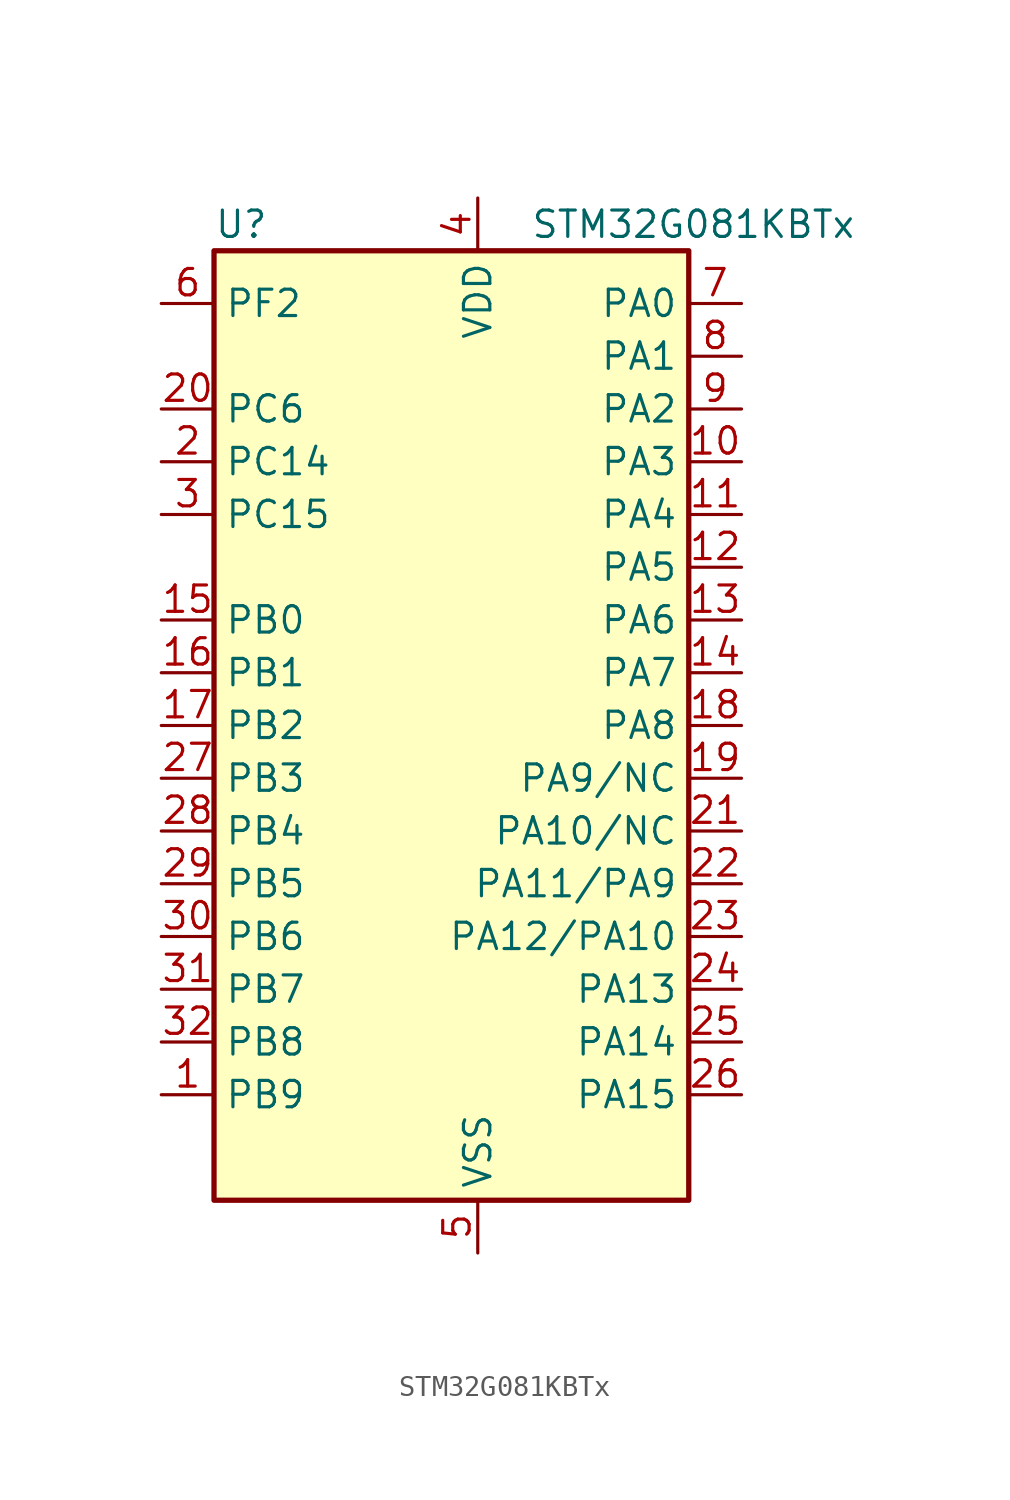
<source format=kicad_sym>
(kicad_symbol_lib
  (version 20220914)
  (generator kicad_symbol_editor)
  (symbol "STM32G081KBTx"
    (property "Reference" "U"
      (at -10.16 24.13 0)
      (effects (font (size 1.27 1.27)) (justify left)))
    (property "Value" "STM32G081KBTx"
      (at 5.08 24.13 0)
      (effects (font (size 1.27 1.27)) (justify left)))
    (property "ki_locked" ""
      (at 0 0 0)
      (effects (font (size 1.27 1.27))))
    (symbol "STM32G081KBTx_0_1"
      (rectangle (start -10.16 -22.86) (end 12.7 22.86) (stroke (width 0.254) (type default)) (fill (type background))))
    (symbol "STM32G081KBTx_1_1"
      (pin bidirectional line (at -12.7 -17.78 0) (length 2.54) (name "PB9" (effects (font (size 1.27 1.27)))) (number "1" (effects (font (size 1.27 1.27)))) (alternate "DAC1_EXTI9" bidirectional line) (alternate "I2C1_SDA" bidirectional line) (alternate "IR_OUT" bidirectional line) (alternate "SPI2_NSS" bidirectional line) (alternate "TIM17_CH1" bidirectional line) (alternate "USART3_RX" bidirectional line))
      (pin bidirectional line (at 15.24 12.7 180) (length 2.54) (name "PA3" (effects (font (size 1.27 1.27)))) (number "10" (effects (font (size 1.27 1.27)))) (alternate "ADC1_IN3" bidirectional line) (alternate "COMP2_INP" bidirectional line) (alternate "LPUART1_RX" bidirectional line) (alternate "SPI2_MISO" bidirectional line) (alternate "TIM15_CH2" bidirectional line) (alternate "TIM2_CH4" bidirectional line) (alternate "USART2_RX" bidirectional line))
      (pin bidirectional line (at 15.24 10.16 180) (length 2.54) (name "PA4" (effects (font (size 1.27 1.27)))) (number "11" (effects (font (size 1.27 1.27)))) (alternate "ADC1_IN4" bidirectional line) (alternate "DAC1_OUT1" bidirectional line) (alternate "I2S1_WS" bidirectional line) (alternate "LPTIM2_OUT" bidirectional line) (alternate "RTC_OUT_ALARM" bidirectional line) (alternate "RTC_OUT_CALIB" bidirectional line) (alternate "RTC_TAMP_IN1" bidirectional line) (alternate "RTC_TS" bidirectional line) (alternate "SPI1_NSS" bidirectional line) (alternate "SPI2_MOSI" bidirectional line) (alternate "SYS_WKUP2" bidirectional line) (alternate "TIM14_CH1" bidirectional line))
      (pin bidirectional line (at 15.24 7.62 180) (length 2.54) (name "PA5" (effects (font (size 1.27 1.27)))) (number "12" (effects (font (size 1.27 1.27)))) (alternate "ADC1_IN5" bidirectional line) (alternate "CEC" bidirectional line) (alternate "DAC1_OUT2" bidirectional line) (alternate "I2S1_CK" bidirectional line) (alternate "LPTIM2_ETR" bidirectional line) (alternate "SPI1_SCK" bidirectional line) (alternate "TIM2_CH1" bidirectional line) (alternate "TIM2_ETR" bidirectional line) (alternate "UCPD1_FRSTX1" bidirectional line) (alternate "UCPD1_FRSTX2" bidirectional line) (alternate "USART3_TX" bidirectional line))
      (pin bidirectional line (at 15.24 5.08 180) (length 2.54) (name "PA6" (effects (font (size 1.27 1.27)))) (number "13" (effects (font (size 1.27 1.27)))) (alternate "ADC1_IN6" bidirectional line) (alternate "COMP1_OUT" bidirectional line) (alternate "I2S1_MCK" bidirectional line) (alternate "LPUART1_CTS" bidirectional line) (alternate "SPI1_MISO" bidirectional line) (alternate "TIM16_CH1" bidirectional line) (alternate "TIM1_BK" bidirectional line) (alternate "TIM3_CH1" bidirectional line) (alternate "USART3_CTS" bidirectional line) (alternate "USART3_NSS" bidirectional line))
      (pin bidirectional line (at 15.24 2.54 180) (length 2.54) (name "PA7" (effects (font (size 1.27 1.27)))) (number "14" (effects (font (size 1.27 1.27)))) (alternate "ADC1_IN7" bidirectional line) (alternate "COMP2_OUT" bidirectional line) (alternate "I2S1_SD" bidirectional line) (alternate "SPI1_MOSI" bidirectional line) (alternate "TIM14_CH1" bidirectional line) (alternate "TIM17_CH1" bidirectional line) (alternate "TIM1_CH1N" bidirectional line) (alternate "TIM3_CH2" bidirectional line) (alternate "UCPD1_FRSTX1" bidirectional line) (alternate "UCPD1_FRSTX2" bidirectional line))
      (pin bidirectional line (at -12.7 5.08 0) (length 2.54) (name "PB0" (effects (font (size 1.27 1.27)))) (number "15" (effects (font (size 1.27 1.27)))) (alternate "ADC1_IN8" bidirectional line) (alternate "COMP1_OUT" bidirectional line) (alternate "I2S1_WS" bidirectional line) (alternate "LPTIM1_OUT" bidirectional line) (alternate "SPI1_NSS" bidirectional line) (alternate "TIM1_CH2N" bidirectional line) (alternate "TIM3_CH3" bidirectional line) (alternate "UCPD1_FRSTX1" bidirectional line) (alternate "UCPD1_FRSTX2" bidirectional line) (alternate "USART3_RX" bidirectional line))
      (pin bidirectional line (at -12.7 2.54 0) (length 2.54) (name "PB1" (effects (font (size 1.27 1.27)))) (number "16" (effects (font (size 1.27 1.27)))) (alternate "ADC1_IN9" bidirectional line) (alternate "COMP1_INM" bidirectional line) (alternate "LPTIM2_IN1" bidirectional line) (alternate "LPUART1_DE" bidirectional line) (alternate "LPUART1_RTS" bidirectional line) (alternate "TIM14_CH1" bidirectional line) (alternate "TIM1_CH3N" bidirectional line) (alternate "TIM3_CH4" bidirectional line) (alternate "USART3_CK" bidirectional line) (alternate "USART3_DE" bidirectional line) (alternate "USART3_RTS" bidirectional line))
      (pin bidirectional line (at -12.7 0 0) (length 2.54) (name "PB2" (effects (font (size 1.27 1.27)))) (number "17" (effects (font (size 1.27 1.27)))) (alternate "ADC1_IN10" bidirectional line) (alternate "COMP1_INP" bidirectional line) (alternate "LPTIM1_OUT" bidirectional line) (alternate "SPI2_MISO" bidirectional line) (alternate "USART3_TX" bidirectional line))
      (pin bidirectional line (at 15.24 0 180) (length 2.54) (name "PA8" (effects (font (size 1.27 1.27)))) (number "18" (effects (font (size 1.27 1.27)))) (alternate "LPTIM2_OUT" bidirectional line) (alternate "RCC_MCO" bidirectional line) (alternate "SPI2_NSS" bidirectional line) (alternate "TIM1_CH1" bidirectional line) (alternate "UCPD1_CC1" bidirectional line))
      (pin bidirectional line (at 15.24 -2.54 180) (length 2.54) (name "PA9/NC" (effects (font (size 1.27 1.27)))) (number "19" (effects (font (size 1.27 1.27)))) (alternate "DAC1_EXTI9" bidirectional line) (alternate "I2C1_SCL" bidirectional line) (alternate "RCC_MCO" bidirectional line) (alternate "SPI2_MISO" bidirectional line) (alternate "TIM15_BK" bidirectional line) (alternate "TIM1_CH2" bidirectional line) (alternate "UCPD1_DBCC1" bidirectional line) (alternate "USART1_TX" bidirectional line))
      (pin bidirectional line (at -12.7 12.7 0) (length 2.54) (name "PC14" (effects (font (size 1.27 1.27)))) (number "2" (effects (font (size 1.27 1.27)))) (alternate "RCC_OSC32_IN" bidirectional line) (alternate "RCC_OSC_IN" bidirectional line) (alternate "TIM1_BK2" bidirectional line))
      (pin bidirectional line (at -12.7 15.24 0) (length 2.54) (name "PC6" (effects (font (size 1.27 1.27)))) (number "20" (effects (font (size 1.27 1.27)))) (alternate "TIM2_CH3" bidirectional line) (alternate "TIM3_CH1" bidirectional line) (alternate "UCPD1_FRSTX1" bidirectional line) (alternate "UCPD1_FRSTX2" bidirectional line))
      (pin bidirectional line (at 15.24 -5.08 180) (length 2.54) (name "PA10/NC" (effects (font (size 1.27 1.27)))) (number "21" (effects (font (size 1.27 1.27)))) (alternate "I2C1_SDA" bidirectional line) (alternate "SPI2_MOSI" bidirectional line) (alternate "TIM17_BK" bidirectional line) (alternate "TIM1_CH3" bidirectional line) (alternate "UCPD1_DBCC2" bidirectional line) (alternate "USART1_RX" bidirectional line))
      (pin bidirectional line (at 15.24 -7.62 180) (length 2.54) (name "PA11/PA9" (effects (font (size 1.27 1.27)))) (number "22" (effects (font (size 1.27 1.27)))) (alternate "ADC1_EXTI11" bidirectional line) (alternate "COMP1_OUT" bidirectional line) (alternate "I2C2_SCL" bidirectional line) (alternate "I2S1_MCK" bidirectional line) (alternate "SPI1_MISO" bidirectional line) (alternate "TIM1_BK2" bidirectional line) (alternate "TIM1_CH4" bidirectional line) (alternate "USART1_CTS" bidirectional line) (alternate "USART1_NSS" bidirectional line))
      (pin bidirectional line (at 15.24 -10.16 180) (length 2.54) (name "PA12/PA10" (effects (font (size 1.27 1.27)))) (number "23" (effects (font (size 1.27 1.27)))) (alternate "COMP2_OUT" bidirectional line) (alternate "I2C2_SDA" bidirectional line) (alternate "I2S1_SD" bidirectional line) (alternate "I2S_CKIN" bidirectional line) (alternate "SPI1_MOSI" bidirectional line) (alternate "TIM1_ETR" bidirectional line) (alternate "USART1_CK" bidirectional line) (alternate "USART1_DE" bidirectional line) (alternate "USART1_RTS" bidirectional line))
      (pin bidirectional line (at 15.24 -12.7 180) (length 2.54) (name "PA13" (effects (font (size 1.27 1.27)))) (number "24" (effects (font (size 1.27 1.27)))) (alternate "IR_OUT" bidirectional line) (alternate "SYS_SWDIO" bidirectional line))
      (pin bidirectional line (at 15.24 -15.24 180) (length 2.54) (name "PA14" (effects (font (size 1.27 1.27)))) (number "25" (effects (font (size 1.27 1.27)))) (alternate "SYS_SWCLK" bidirectional line) (alternate "USART2_TX" bidirectional line))
      (pin bidirectional line (at 15.24 -17.78 180) (length 2.54) (name "PA15" (effects (font (size 1.27 1.27)))) (number "26" (effects (font (size 1.27 1.27)))) (alternate "I2S1_WS" bidirectional line) (alternate "SPI1_NSS" bidirectional line) (alternate "TIM2_CH1" bidirectional line) (alternate "TIM2_ETR" bidirectional line) (alternate "USART2_RX" bidirectional line) (alternate "USART3_CK" bidirectional line) (alternate "USART3_DE" bidirectional line) (alternate "USART3_RTS" bidirectional line) (alternate "USART4_CK" bidirectional line) (alternate "USART4_DE" bidirectional line) (alternate "USART4_RTS" bidirectional line))
      (pin bidirectional line (at -12.7 -2.54 0) (length 2.54) (name "PB3" (effects (font (size 1.27 1.27)))) (number "27" (effects (font (size 1.27 1.27)))) (alternate "COMP2_INM" bidirectional line) (alternate "I2S1_CK" bidirectional line) (alternate "SPI1_SCK" bidirectional line) (alternate "TIM1_CH2" bidirectional line) (alternate "TIM2_CH2" bidirectional line) (alternate "USART1_CK" bidirectional line) (alternate "USART1_DE" bidirectional line) (alternate "USART1_RTS" bidirectional line))
      (pin bidirectional line (at -12.7 -5.08 0) (length 2.54) (name "PB4" (effects (font (size 1.27 1.27)))) (number "28" (effects (font (size 1.27 1.27)))) (alternate "COMP2_INP" bidirectional line) (alternate "I2S1_MCK" bidirectional line) (alternate "SPI1_MISO" bidirectional line) (alternate "TIM17_BK" bidirectional line) (alternate "TIM3_CH1" bidirectional line) (alternate "USART1_CTS" bidirectional line) (alternate "USART1_NSS" bidirectional line))
      (pin bidirectional line (at -12.7 -7.62 0) (length 2.54) (name "PB5" (effects (font (size 1.27 1.27)))) (number "29" (effects (font (size 1.27 1.27)))) (alternate "COMP2_OUT" bidirectional line) (alternate "I2C1_SMBA" bidirectional line) (alternate "I2S1_SD" bidirectional line) (alternate "LPTIM1_IN1" bidirectional line) (alternate "SPI1_MOSI" bidirectional line) (alternate "SYS_WKUP6" bidirectional line) (alternate "TIM16_BK" bidirectional line) (alternate "TIM3_CH2" bidirectional line))
      (pin bidirectional line (at -12.7 10.16 0) (length 2.54) (name "PC15" (effects (font (size 1.27 1.27)))) (number "3" (effects (font (size 1.27 1.27)))) (alternate "RCC_OSC32_EN" bidirectional line) (alternate "RCC_OSC32_OUT" bidirectional line) (alternate "RCC_OSC_EN" bidirectional line) (alternate "TIM15_BK" bidirectional line))
      (pin bidirectional line (at -12.7 -10.16 0) (length 2.54) (name "PB6" (effects (font (size 1.27 1.27)))) (number "30" (effects (font (size 1.27 1.27)))) (alternate "COMP2_INP" bidirectional line) (alternate "I2C1_SCL" bidirectional line) (alternate "LPTIM1_ETR" bidirectional line) (alternate "SPI2_MISO" bidirectional line) (alternate "TIM16_CH1N" bidirectional line) (alternate "TIM1_CH3" bidirectional line) (alternate "USART1_TX" bidirectional line))
      (pin bidirectional line (at -12.7 -12.7 0) (length 2.54) (name "PB7" (effects (font (size 1.27 1.27)))) (number "31" (effects (font (size 1.27 1.27)))) (alternate "COMP2_INM" bidirectional line) (alternate "I2C1_SDA" bidirectional line) (alternate "LPTIM1_IN2" bidirectional line) (alternate "SPI2_MOSI" bidirectional line) (alternate "SYS_PVD_IN" bidirectional line) (alternate "TIM17_CH1N" bidirectional line) (alternate "USART1_RX" bidirectional line) (alternate "USART4_CTS" bidirectional line) (alternate "USART4_NSS" bidirectional line))
      (pin bidirectional line (at -12.7 -15.24 0) (length 2.54) (name "PB8" (effects (font (size 1.27 1.27)))) (number "32" (effects (font (size 1.27 1.27)))) (alternate "CEC" bidirectional line) (alternate "I2C1_SCL" bidirectional line) (alternate "SPI2_SCK" bidirectional line) (alternate "TIM15_BK" bidirectional line) (alternate "TIM16_CH1" bidirectional line) (alternate "USART3_TX" bidirectional line))
      (pin power_in line (at 2.54 25.4 270) (length 2.54) (name "VDD" (effects (font (size 1.27 1.27)))) (number "4" (effects (font (size 1.27 1.27)))))
      (pin power_in line (at 2.54 -25.4 90) (length 2.54) (name "VSS" (effects (font (size 1.27 1.27)))) (number "5" (effects (font (size 1.27 1.27)))))
      (pin bidirectional line (at -12.7 20.32 0) (length 2.54) (name "PF2" (effects (font (size 1.27 1.27)))) (number "6" (effects (font (size 1.27 1.27)))) (alternate "RCC_MCO" bidirectional line))
      (pin bidirectional line (at 15.24 20.32 180) (length 2.54) (name "PA0" (effects (font (size 1.27 1.27)))) (number "7" (effects (font (size 1.27 1.27)))) (alternate "ADC1_IN0" bidirectional line) (alternate "COMP1_INM" bidirectional line) (alternate "COMP1_OUT" bidirectional line) (alternate "LPTIM1_OUT" bidirectional line) (alternate "RTC_TAMP_IN2" bidirectional line) (alternate "SPI2_SCK" bidirectional line) (alternate "SYS_WKUP1" bidirectional line) (alternate "TIM2_CH1" bidirectional line) (alternate "TIM2_ETR" bidirectional line) (alternate "USART2_CTS" bidirectional line) (alternate "USART2_NSS" bidirectional line) (alternate "USART4_TX" bidirectional line))
      (pin bidirectional line (at 15.24 17.78 180) (length 2.54) (name "PA1" (effects (font (size 1.27 1.27)))) (number "8" (effects (font (size 1.27 1.27)))) (alternate "ADC1_IN1" bidirectional line) (alternate "COMP1_INP" bidirectional line) (alternate "I2C1_SMBA" bidirectional line) (alternate "I2S1_CK" bidirectional line) (alternate "SPI1_SCK" bidirectional line) (alternate "TIM15_CH1N" bidirectional line) (alternate "TIM2_CH2" bidirectional line) (alternate "USART2_CK" bidirectional line) (alternate "USART2_DE" bidirectional line) (alternate "USART2_RTS" bidirectional line) (alternate "USART4_RX" bidirectional line))
      (pin bidirectional line (at 15.24 15.24 180) (length 2.54) (name "PA2" (effects (font (size 1.27 1.27)))) (number "9" (effects (font (size 1.27 1.27)))) (alternate "ADC1_IN2" bidirectional line) (alternate "COMP2_INM" bidirectional line) (alternate "COMP2_OUT" bidirectional line) (alternate "I2S1_SD" bidirectional line) (alternate "LPUART1_TX" bidirectional line) (alternate "RCC_LSCO" bidirectional line) (alternate "SPI1_MOSI" bidirectional line) (alternate "SYS_WKUP4" bidirectional line) (alternate "TIM15_CH1" bidirectional line) (alternate "TIM2_CH3" bidirectional line) (alternate "UCPD1_FRSTX1" bidirectional line) (alternate "UCPD1_FRSTX2" bidirectional line) (alternate "USART2_TX" bidirectional line)))))
</source>
